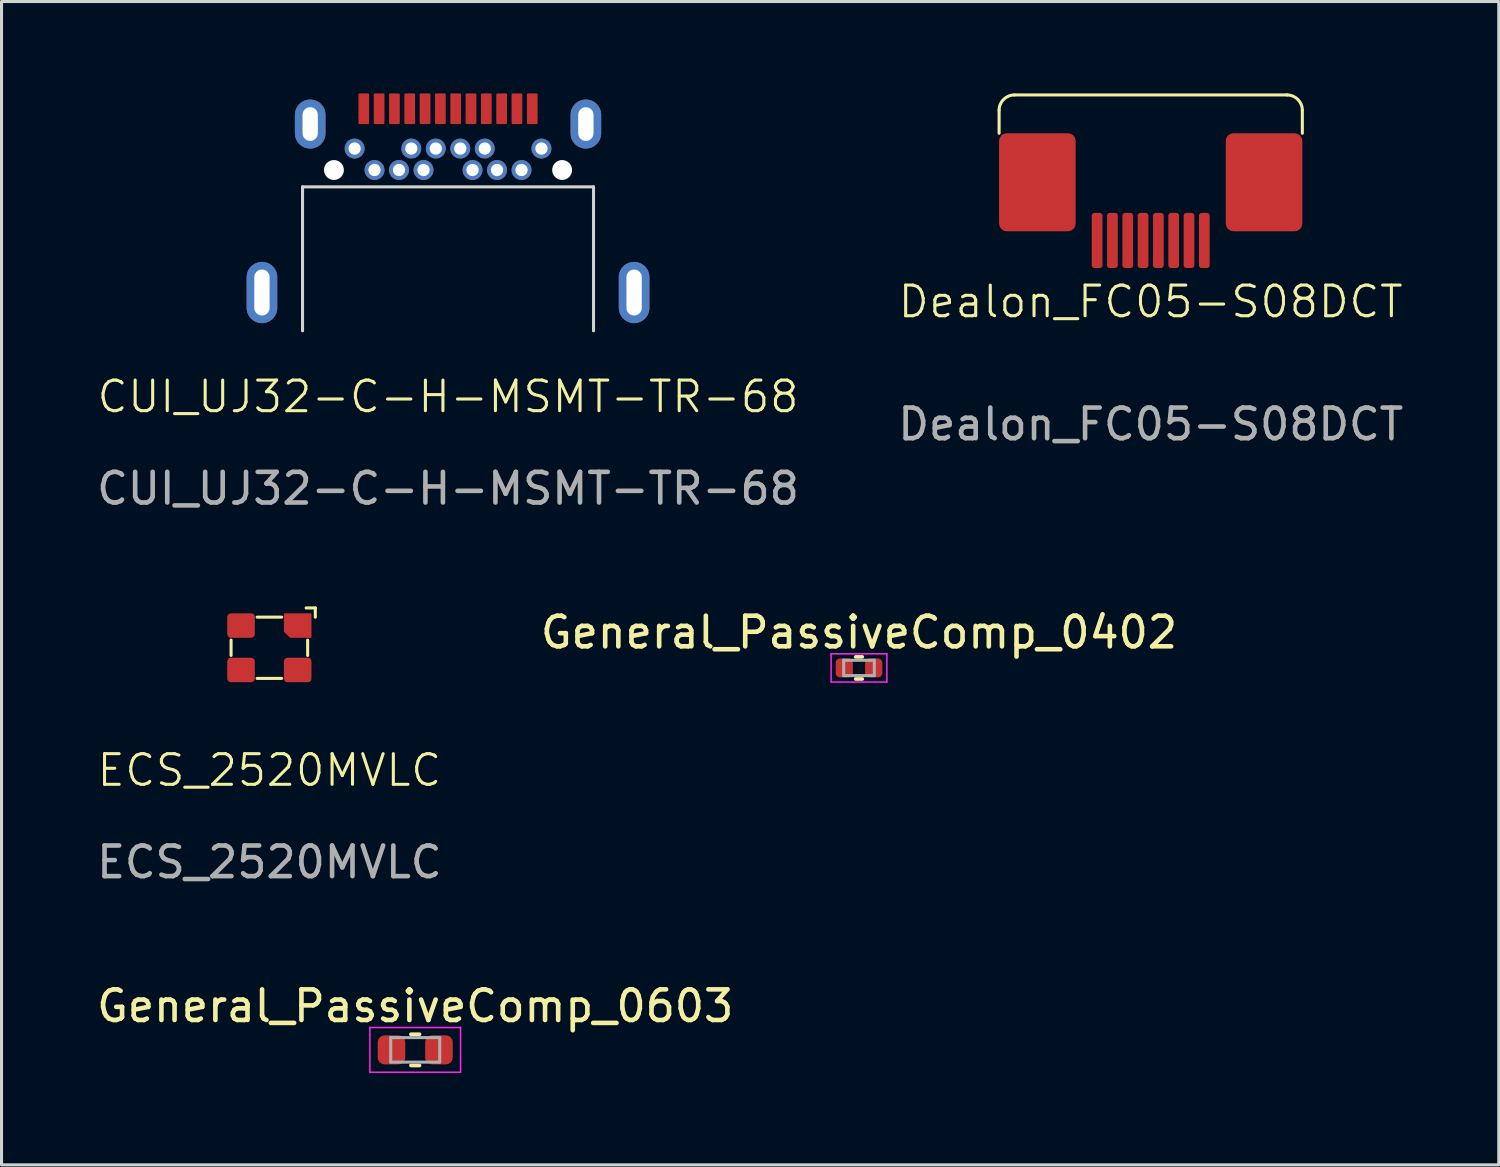
<source format=kicad_pcb>
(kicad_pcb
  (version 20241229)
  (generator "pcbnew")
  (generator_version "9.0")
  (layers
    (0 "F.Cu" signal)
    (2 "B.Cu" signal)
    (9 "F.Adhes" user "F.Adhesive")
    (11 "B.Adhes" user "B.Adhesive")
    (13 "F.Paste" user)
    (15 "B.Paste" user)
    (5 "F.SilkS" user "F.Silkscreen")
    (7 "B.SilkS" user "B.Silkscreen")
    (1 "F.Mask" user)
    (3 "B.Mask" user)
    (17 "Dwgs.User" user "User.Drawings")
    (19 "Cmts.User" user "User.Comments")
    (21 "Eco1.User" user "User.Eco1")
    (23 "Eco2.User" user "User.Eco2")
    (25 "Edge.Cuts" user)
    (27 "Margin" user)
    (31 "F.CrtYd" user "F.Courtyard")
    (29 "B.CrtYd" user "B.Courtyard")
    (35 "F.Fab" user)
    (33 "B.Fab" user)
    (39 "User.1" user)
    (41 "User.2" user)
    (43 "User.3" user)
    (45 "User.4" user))
  (footprint "ECS_2520MVLC"
    (layer "F.Cu")
    (at 5.744 18.098)
    (property "Reference" "ECS_2520MVLC" (at 0 4 0) (unlocked yes) (layer "F.SilkS") (effects (font (size 1 1) (thickness 0.1))))
    (attr smd)
    (fp_line (start -1.25 0.25) (end -1.25 -0.25) (stroke (width 0.1) (type default)) (layer "F.SilkS"))
    (fp_line (start -0.4 1) (end 0.4 1) (stroke (width 0.1) (type default)) (layer "F.SilkS"))
    (fp_line (start 0.4 -1) (end -0.4 -1) (stroke (width 0.1) (type default)) (layer "F.SilkS"))
    (fp_line (start 1.2 -1.3) (end 1.5 -1.3) (stroke (width 0.1) (type default)) (layer "F.SilkS"))
    (fp_line (start 1.25 0.25) (end 1.25 -0.25) (stroke (width 0.1) (type default)) (layer "F.SilkS"))
    (fp_line (start 1.5 -1.3) (end 1.5 -1) (stroke (width 0.1) (type default)) (layer "F.SilkS"))
    (fp_text user "${REFERENCE}" (at 0 7 0) (unlocked yes) (layer "F.Fab") (effects (font (size 1 1) (thickness 0.15))))
    (pad "1" smd roundrect (at 0.925 -0.725) (size 0.9 0.8) (layers "F.Cu" "F.Mask" "F.Paste") (roundrect_rratio 0) (chamfer_ratio 0.25) (chamfer bottom_left))
    (pad "2" smd roundrect (at -0.925 -0.725) (size 0.9 0.8) (layers "F.Cu" "F.Mask" "F.Paste") (roundrect_rratio 0.15))
    (pad "3" smd roundrect (at -0.925 0.725) (size 0.9 0.8) (layers "F.Cu" "F.Mask" "F.Paste") (roundrect_rratio 0.15))
    (pad "4" smd roundrect (at 0.925 0.725) (size 0.9 0.8) (layers "F.Cu" "F.Mask" "F.Paste") (roundrect_rratio 0.15)))
  (footprint "General_PassiveComp_0603"
    (layer "F.Cu")
    (at 10.506 31.225)
    (property "Reference" "General_PassiveComp_0603" (at 0 -1.43 0) (layer "F.SilkS") (effects (font (size 1 1) (thickness 0.15))))
    (attr smd)
    (fp_line (start -0.141 -0.51) (end 0.141 -0.51) (stroke (width 0.12) (type solid)) (layer "F.SilkS"))
    (fp_line (start -0.141 0.51) (end 0.141 0.51) (stroke (width 0.12) (type solid)) (layer "F.SilkS"))
    (fp_line (start -1.48 -0.73) (end 1.48 -0.73) (stroke (width 0.05) (type solid)) (layer "F.CrtYd"))
    (fp_line (start -1.48 0.73) (end -1.48 -0.73) (stroke (width 0.05) (type solid)) (layer "F.CrtYd"))
    (fp_line (start 1.48 -0.73) (end 1.48 0.73) (stroke (width 0.05) (type solid)) (layer "F.CrtYd"))
    (fp_line (start 1.48 0.73) (end -1.48 0.73) (stroke (width 0.05) (type solid)) (layer "F.CrtYd"))
    (fp_line (start -0.8 -0.4) (end 0.8 -0.4) (stroke (width 0.1) (type solid)) (layer "F.Fab"))
    (fp_line (start -0.8 0.4) (end -0.8 -0.4) (stroke (width 0.1) (type solid)) (layer "F.Fab"))
    (fp_line (start 0.8 -0.4) (end 0.8 0.4) (stroke (width 0.1) (type solid)) (layer "F.Fab"))
    (fp_line (start 0.8 0.4) (end -0.8 0.4) (stroke (width 0.1) (type solid)) (layer "F.Fab"))
    (pad "1" smd roundrect (at -0.775 0) (size 0.9 0.95) (layers "F.Cu" "F.Mask" "F.Paste") (roundrect_rratio 0.25))
    (pad "2" smd roundrect (at 0.775 0) (size 0.9 0.95) (layers "F.Cu" "F.Mask" "F.Paste") (roundrect_rratio 0.25)))
  (footprint "Dealon_FC05-S08DCT"
    (layer "F.Cu")
    (at 34.518 4.8)
    (property "Reference" "Dealon_FC05-S08DCT" (at 0 2 0) (unlocked yes) (layer "F.SilkS") (effects (font (size 1 1) (thickness 0.1))))
    (attr smd)
    (fp_line (start -4.95 -3.5) (end -4.95 -4.25) (stroke (width 0.1) (type default)) (layer "F.SilkS"))
    (fp_line (start -4.45 -4.75) (end 4.45 -4.75) (stroke (width 0.1) (type default)) (layer "F.SilkS"))
    (fp_line (start 4.95 -3.5) (end 4.95 -4.25) (stroke (width 0.1) (type default)) (layer "F.SilkS"))
    (fp_arc (start -4.95 -4.25) (mid -4.803553 -4.603553) (end -4.45 -4.75) (stroke (width 0.1) (type default)) (layer "F.SilkS"))
    (fp_arc (start 4.45 -4.75) (mid 4.803553 -4.603553) (end 4.95 -4.25) (stroke (width 0.1) (type default)) (layer "F.SilkS"))
    (fp_text user "${REFERENCE}" (at 0 6 0) (unlocked yes) (layer "F.Fab") (effects (font (size 1 1) (thickness 0.15))))
    (pad "" smd roundrect (at -3.7 -1.9 90) (size 3.2 2.5) (layers "F.Cu" "F.Mask" "F.Paste") (roundrect_rratio 0.1))
    (pad "" smd roundrect (at 3.7 -1.9 90) (size 3.2 2.5) (layers "F.Cu" "F.Mask" "F.Paste") (roundrect_rratio 0.1))
    (pad "1" smd roundrect (at -1.75 0 90) (size 1.8 0.35) (layers "F.Cu" "F.Mask" "F.Paste") (roundrect_rratio 0.25))
    (pad "2" smd roundrect (at -1.25 0 90) (size 1.8 0.35) (layers "F.Cu" "F.Mask" "F.Paste") (roundrect_rratio 0.25))
    (pad "3" smd roundrect (at -0.75 0 90) (size 1.8 0.35) (layers "F.Cu" "F.Mask" "F.Paste") (roundrect_rratio 0.25))
    (pad "4" smd roundrect (at -0.25 0 90) (size 1.8 0.35) (layers "F.Cu" "F.Mask" "F.Paste") (roundrect_rratio 0.25))
    (pad "5" smd roundrect (at 0.25 0 90) (size 1.8 0.35) (layers "F.Cu" "F.Mask" "F.Paste") (roundrect_rratio 0.25))
    (pad "6" smd roundrect (at 0.75 0 90) (size 1.8 0.35) (layers "F.Cu" "F.Mask" "F.Paste") (roundrect_rratio 0.25))
    (pad "7" smd roundrect (at 1.25 0 90) (size 1.8 0.35) (layers "F.Cu" "F.Mask" "F.Paste") (roundrect_rratio 0.25))
    (pad "8" smd roundrect (at 1.75 0 90) (size 1.8 0.35) (layers "F.Cu" "F.Mask" "F.Paste") (roundrect_rratio 0.25)))
  (footprint "General_PassiveComp_0402"
    (layer "F.Cu")
    (at 24.994 18.756)
    (property "Reference" "General_PassiveComp_0402" (at 0 -1.16 0) (layer "F.SilkS") (effects (font (size 1 1) (thickness 0.15))))
    (attr smd)
    (fp_line (start -0.108 -0.36) (end 0.108 -0.36) (stroke (width 0.12) (type solid)) (layer "F.SilkS"))
    (fp_line (start -0.108 0.36) (end 0.108 0.36) (stroke (width 0.12) (type solid)) (layer "F.SilkS"))
    (fp_line (start -0.91 -0.46) (end 0.91 -0.46) (stroke (width 0.05) (type solid)) (layer "F.CrtYd"))
    (fp_line (start -0.91 0.46) (end -0.91 -0.46) (stroke (width 0.05) (type solid)) (layer "F.CrtYd"))
    (fp_line (start 0.91 -0.46) (end 0.91 0.46) (stroke (width 0.05) (type solid)) (layer "F.CrtYd"))
    (fp_line (start 0.91 0.46) (end -0.91 0.46) (stroke (width 0.05) (type solid)) (layer "F.CrtYd"))
    (fp_line (start -0.5 -0.25) (end 0.5 -0.25) (stroke (width 0.1) (type solid)) (layer "F.Fab"))
    (fp_line (start -0.5 0.25) (end -0.5 -0.25) (stroke (width 0.1) (type solid)) (layer "F.Fab"))
    (fp_line (start 0.5 -0.25) (end 0.5 0.25) (stroke (width 0.1) (type solid)) (layer "F.Fab"))
    (fp_line (start 0.5 0.25) (end -0.5 0.25) (stroke (width 0.1) (type solid)) (layer "F.Fab"))
    (pad "1" smd roundrect (at -0.48 0) (size 0.56 0.62) (layers "F.Cu" "F.Mask" "F.Paste") (roundrect_rratio 0.25))
    (pad "2" smd roundrect (at 0.48 0) (size 0.56 0.62) (layers "F.Cu" "F.Mask" "F.Paste") (roundrect_rratio 0.25)))
  (footprint "CUI_UJ32-C-H-MSMT-TR-68"
    (layer "F.Cu")
    (at 11.577 2.5)
    (property "Reference" "CUI_UJ32-C-H-MSMT-TR-68" (at 0 7.4 0) (unlocked yes) (layer "F.SilkS") (effects (font (size 1 1) (thickness 0.1))))
    (attr through_hole)
    (fp_line (start -4.75 0.55) (end -4.75 5.25) (stroke (width 0.1) (type default)) (layer "Edge.Cuts"))
    (fp_line (start -4.75 0.55) (end 4.75 0.55) (stroke (width 0.1) (type default)) (layer "Edge.Cuts"))
    (fp_line (start 4.75 0.55) (end 4.75 5.25) (stroke (width 0.1) (type default)) (layer "Edge.Cuts"))
    (fp_text user "${REFERENCE}" (at 0 10.4 0) (unlocked yes) (layer "F.Fab") (effects (font (size 1 1) (thickness 0.15))))
    (pad "" thru_hole oval (at -6.075 4 90) (size 2 1) (drill oval 1.5 0.5) (layers "*.Cu" "*.Mask"))
    (pad "" thru_hole oval (at -4.5 -1.5 90) (size 1.6 1) (drill oval 1.1 0.5) (layers "*.Cu" "*.Mask"))
    (pad "" np_thru_hole circle (at -3.725 0 90) (size 0.65 0.65) (drill 0.65) (layers "*.Cu" "*.Mask"))
    (pad "" np_thru_hole circle (at 3.725 0 90) (size 0.65 0.65) (drill 0.65) (layers "*.Cu" "*.Mask"))
    (pad "" thru_hole oval (at 4.5 -1.5 90) (size 1.6 1) (drill oval 1.1 0.5) (layers "*.Cu" "*.Mask"))
    (pad "" thru_hole oval (at 6.075 4 90) (size 2 1) (drill oval 1.5 0.5) (layers "*.Cu" "*.Mask"))
    (pad "A1" smd roundrect (at -2.75 -2 180) (size 0.35 1) (layers "F.Cu" "F.Mask" "F.Paste") (roundrect_rratio 0.1))
    (pad "A2" smd roundrect (at -2.25 -2 180) (size 0.35 1) (layers "F.Cu" "F.Mask" "F.Paste") (roundrect_rratio 0.1))
    (pad "A3" smd roundrect (at -1.75 -2 180) (size 0.35 1) (layers "F.Cu" "F.Mask" "F.Paste") (roundrect_rratio 0.1))
    (pad "A4" smd roundrect (at -1.25 -2 180) (size 0.35 1) (layers "F.Cu" "F.Mask" "F.Paste") (roundrect_rratio 0.1))
    (pad "A5" smd roundrect (at -0.75 -2 180) (size 0.35 1) (layers "F.Cu" "F.Mask" "F.Paste") (roundrect_rratio 0.1))
    (pad "A6" smd roundrect (at -0.25 -2 180) (size 0.35 1) (layers "F.Cu" "F.Mask" "F.Paste") (roundrect_rratio 0.1))
    (pad "A7" smd roundrect (at 0.25 -2 180) (size 0.35 1) (layers "F.Cu" "F.Mask" "F.Paste") (roundrect_rratio 0.1))
    (pad "A8" smd roundrect (at 0.75 -2 180) (size 0.35 1) (layers "F.Cu" "F.Mask" "F.Paste") (roundrect_rratio 0.1))
    (pad "A9" smd roundrect (at 1.25 -2 180) (size 0.35 1) (layers "F.Cu" "F.Mask" "F.Paste") (roundrect_rratio 0.1))
    (pad "A10" smd roundrect (at 1.75 -2 180) (size 0.35 1) (layers "F.Cu" "F.Mask" "F.Paste") (roundrect_rratio 0.1))
    (pad "A11" smd roundrect (at 2.25 -2 180) (size 0.35 1) (layers "F.Cu" "F.Mask" "F.Paste") (roundrect_rratio 0.1))
    (pad "A12" smd roundrect (at 2.75 -2 180) (size 0.35 1) (layers "F.Cu" "F.Mask" "F.Paste") (roundrect_rratio 0.1))
    (pad "B1" thru_hole circle (at 3.05 -0.7 90) (size 0.65 0.65) (drill 0.4) (layers "*.Cu" "*.Mask"))
    (pad "B2" thru_hole circle (at 2.4 0 90) (size 0.65 0.65) (drill 0.4) (layers "*.Cu" "*.Mask"))
    (pad "B3" thru_hole circle (at 1.6 0 90) (size 0.65 0.65) (drill 0.4) (layers "*.Cu" "*.Mask"))
    (pad "B4" thru_hole circle (at 1.2 -0.7 90) (size 0.65 0.65) (drill 0.4) (layers "*.Cu" "*.Mask"))
    (pad "B5" thru_hole circle (at 0.8 0 90) (size 0.65 0.65) (drill 0.4) (layers "*.Cu" "*.Mask"))
    (pad "B6" thru_hole circle (at 0.4 -0.7 90) (size 0.65 0.65) (drill 0.4) (layers "*.Cu" "*.Mask"))
    (pad "B7" thru_hole circle (at -0.4 -0.7 90) (size 0.65 0.65) (drill 0.4) (layers "*.Cu" "*.Mask"))
    (pad "B8" thru_hole circle (at -0.8 0 90) (size 0.65 0.65) (drill 0.4) (layers "*.Cu" "*.Mask"))
    (pad "B9" thru_hole circle (at -1.2 -0.7 90) (size 0.65 0.65) (drill 0.4) (layers "*.Cu" "*.Mask"))
    (pad "B10" thru_hole circle (at -1.6 0 90) (size 0.65 0.65) (drill 0.4) (layers "*.Cu" "*.Mask"))
    (pad "B11" thru_hole circle (at -2.4 0 90) (size 0.65 0.65) (drill 0.4) (layers "*.Cu" "*.Mask"))
    (pad "B12" thru_hole circle (at -3.05 -0.7 90) (size 0.65 0.65) (drill 0.4) (layers "*.Cu" "*.Mask")))
  (gr_rect
    (start -3 -3)
    (end 45.881 34.98)
    (stroke (width 0.1) (type default))
    (fill no)
    (layer "Edge.Cuts")))
</source>
